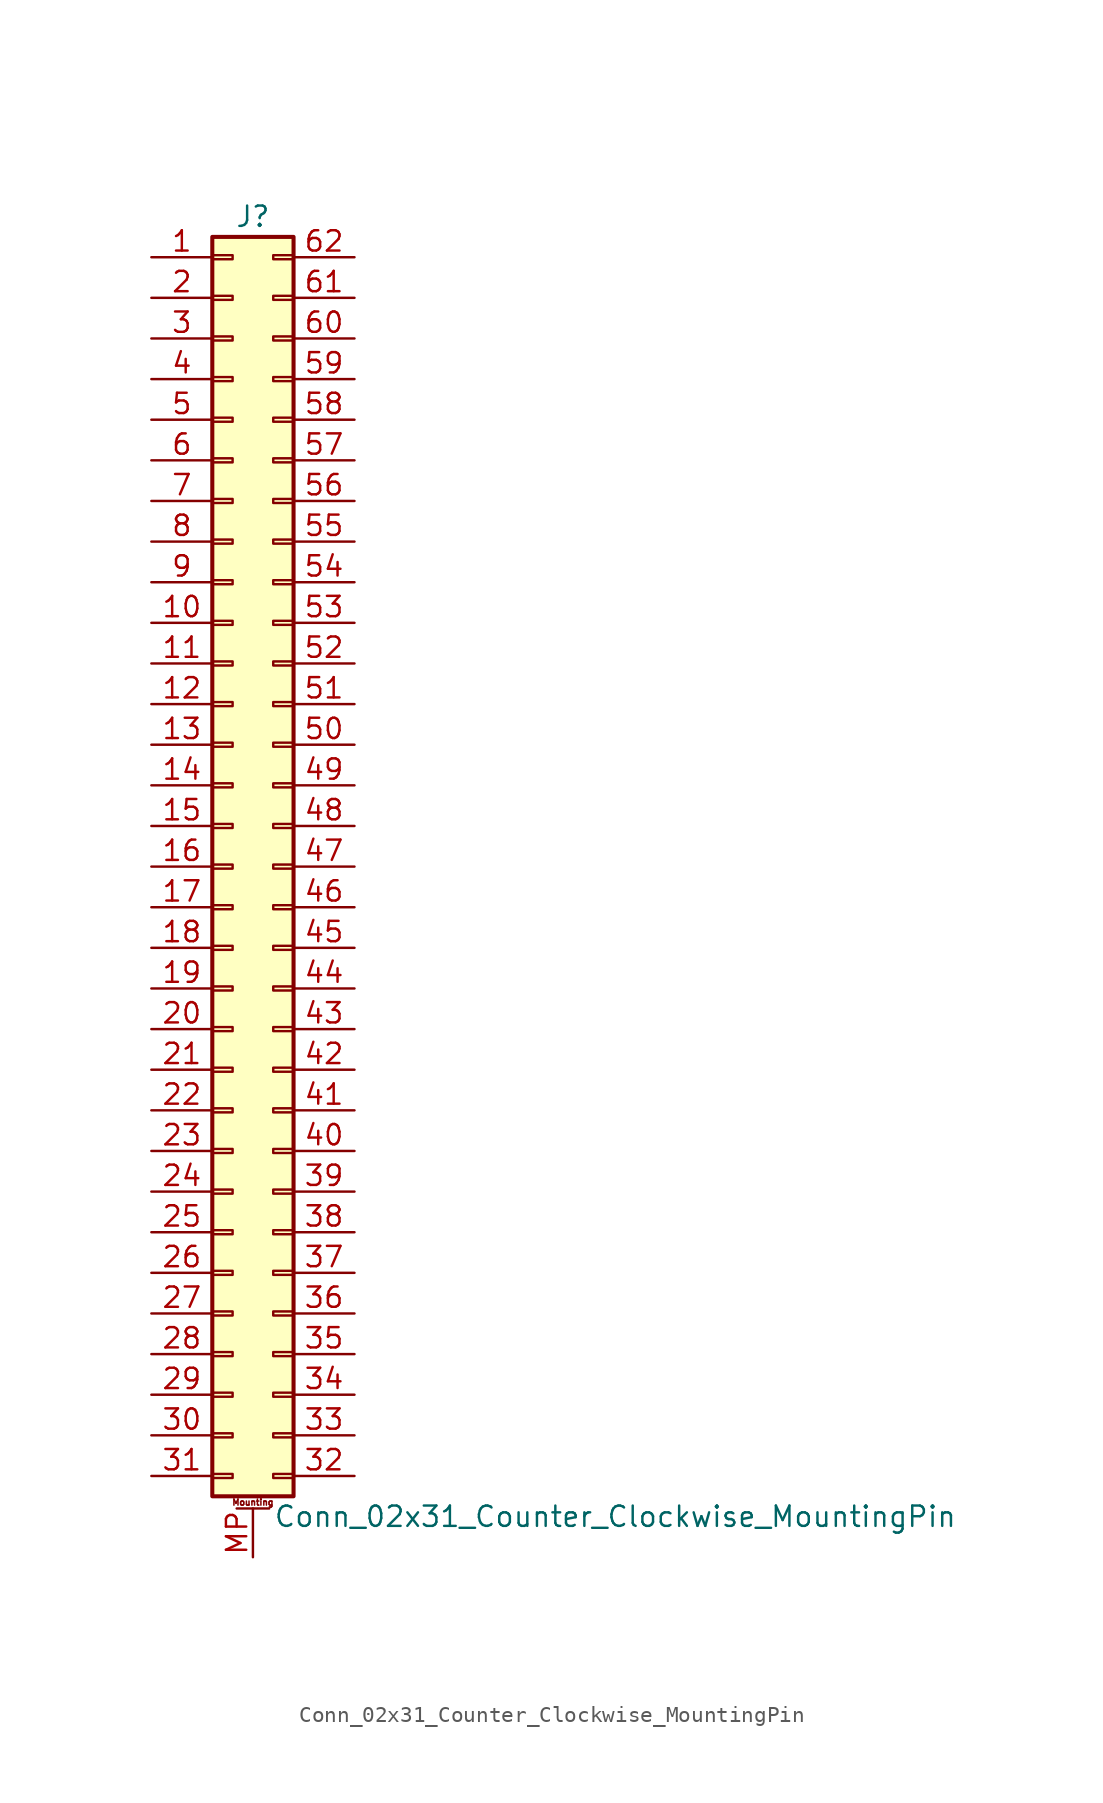
<source format=kicad_sym>
(kicad_symbol_lib
  (version 20201005)
  (generator kicad_symbol_editor)
  (symbol "Connector_Generic_MountingPin:Conn_02x31_Counter_Clockwise_MountingPin"
    (pin_names
      (offset 1.016) hide)
    (property "Reference" "J"
      (at 1.27 40.64 0)
      (effects (font (size 1.27 1.27))))
    (property "Value" "Conn_02x31_Counter_Clockwise_MountingPin"
      (at 2.54 -40.64 0)
      (effects (font (size 1.27 1.27)) (justify left)))
    (symbol "Conn_02x31_Counter_Clockwise_MountingPin_1_1"
      (text "Mounting" (at 1.27 -39.751 0) (effects (font (size 0.381 0.381))))
      (rectangle (start -1.27 -27.813) (end 0 -28.067) (stroke (width 0.152)) (fill (type none)))
      (rectangle (start -1.27 -30.353) (end 0 -30.607) (stroke (width 0.152)) (fill (type none)))
      (rectangle (start -1.27 -32.893) (end 0 -33.147) (stroke (width 0.152)) (fill (type none)))
      (rectangle (start -1.27 -35.433) (end 0 -35.687) (stroke (width 0.152)) (fill (type none)))
      (rectangle (start -1.27 -37.973) (end 0 -38.227) (stroke (width 0.152)) (fill (type none)))
      (rectangle (start -1.27 -4.953) (end 0 -5.207) (stroke (width 0.152)) (fill (type none)))
      (rectangle (start -1.27 -7.493) (end 0 -7.747) (stroke (width 0.152)) (fill (type none)))
      (rectangle (start -1.27 -10.033) (end 0 -10.287) (stroke (width 0.152)) (fill (type none)))
      (rectangle (start -1.27 -12.573) (end 0 -12.827) (stroke (width 0.152)) (fill (type none)))
      (rectangle (start -1.27 -15.113) (end 0 -15.367) (stroke (width 0.152)) (fill (type none)))
      (rectangle (start -1.27 -17.653) (end 0 -17.907) (stroke (width 0.152)) (fill (type none)))
      (rectangle (start -1.27 -20.193) (end 0 -20.447) (stroke (width 0.152)) (fill (type none)))
      (rectangle (start -1.27 -22.733) (end 0 -22.987) (stroke (width 0.152)) (fill (type none)))
      (rectangle (start -1.27 -2.413) (end 0 -2.667) (stroke (width 0.152)) (fill (type none)))
      (rectangle (start -1.27 -25.273) (end 0 -25.527) (stroke (width 0.152)) (fill (type none)))
      (rectangle (start -1.27 25.527) (end 0 25.273) (stroke (width 0.152)) (fill (type none)))
      (rectangle (start -1.27 2.667) (end 0 2.413) (stroke (width 0.152)) (fill (type none)))
      (rectangle (start -1.27 28.067) (end 0 27.813) (stroke (width 0.152)) (fill (type none)))
      (rectangle (start -1.27 30.607) (end 0 30.353) (stroke (width 0.152)) (fill (type none)))
      (rectangle (start -1.27 33.147) (end 0 32.893) (stroke (width 0.152)) (fill (type none)))
      (rectangle (start -1.27 35.687) (end 0 35.433) (stroke (width 0.152)) (fill (type none)))
      (rectangle (start -1.27 38.227) (end 0 37.973) (stroke (width 0.152)) (fill (type none)))
      (rectangle (start -1.27 39.37) (end 3.81 -39.37) (stroke (width 0.254)) (fill (type background)))
      (rectangle (start -1.27 5.207) (end 0 4.953) (stroke (width 0.152)) (fill (type none)))
      (rectangle (start -1.27 7.747) (end 0 7.493) (stroke (width 0.152)) (fill (type none)))
      (rectangle (start -1.27 10.287) (end 0 10.033) (stroke (width 0.152)) (fill (type none)))
      (rectangle (start -1.27 0.127) (end 0 -0.127) (stroke (width 0.152)) (fill (type none)))
      (rectangle (start -1.27 12.827) (end 0 12.573) (stroke (width 0.152)) (fill (type none)))
      (rectangle (start -1.27 15.367) (end 0 15.113) (stroke (width 0.152)) (fill (type none)))
      (rectangle (start -1.27 17.907) (end 0 17.653) (stroke (width 0.152)) (fill (type none)))
      (rectangle (start -1.27 20.447) (end 0 20.193) (stroke (width 0.152)) (fill (type none)))
      (rectangle (start -1.27 22.987) (end 0 22.733) (stroke (width 0.152)) (fill (type none)))
      (rectangle (start 3.81 -27.813) (end 2.54 -28.067) (stroke (width 0.152)) (fill (type none)))
      (rectangle (start 3.81 -30.353) (end 2.54 -30.607) (stroke (width 0.152)) (fill (type none)))
      (rectangle (start 3.81 -32.893) (end 2.54 -33.147) (stroke (width 0.152)) (fill (type none)))
      (rectangle (start 3.81 -35.433) (end 2.54 -35.687) (stroke (width 0.152)) (fill (type none)))
      (rectangle (start 3.81 -37.973) (end 2.54 -38.227) (stroke (width 0.152)) (fill (type none)))
      (rectangle (start 3.81 -4.953) (end 2.54 -5.207) (stroke (width 0.152)) (fill (type none)))
      (rectangle (start 3.81 -7.493) (end 2.54 -7.747) (stroke (width 0.152)) (fill (type none)))
      (rectangle (start 3.81 -10.033) (end 2.54 -10.287) (stroke (width 0.152)) (fill (type none)))
      (rectangle (start 3.81 -12.573) (end 2.54 -12.827) (stroke (width 0.152)) (fill (type none)))
      (rectangle (start 3.81 -15.113) (end 2.54 -15.367) (stroke (width 0.152)) (fill (type none)))
      (rectangle (start 3.81 -17.653) (end 2.54 -17.907) (stroke (width 0.152)) (fill (type none)))
      (rectangle (start 3.81 -20.193) (end 2.54 -20.447) (stroke (width 0.152)) (fill (type none)))
      (rectangle (start 3.81 -22.733) (end 2.54 -22.987) (stroke (width 0.152)) (fill (type none)))
      (rectangle (start 3.81 -2.413) (end 2.54 -2.667) (stroke (width 0.152)) (fill (type none)))
      (rectangle (start 3.81 -25.273) (end 2.54 -25.527) (stroke (width 0.152)) (fill (type none)))
      (rectangle (start 3.81 25.527) (end 2.54 25.273) (stroke (width 0.152)) (fill (type none)))
      (rectangle (start 3.81 2.667) (end 2.54 2.413) (stroke (width 0.152)) (fill (type none)))
      (rectangle (start 3.81 28.067) (end 2.54 27.813) (stroke (width 0.152)) (fill (type none)))
      (rectangle (start 3.81 30.607) (end 2.54 30.353) (stroke (width 0.152)) (fill (type none)))
      (rectangle (start 3.81 33.147) (end 2.54 32.893) (stroke (width 0.152)) (fill (type none)))
      (rectangle (start 3.81 35.687) (end 2.54 35.433) (stroke (width 0.152)) (fill (type none)))
      (rectangle (start 3.81 38.227) (end 2.54 37.973) (stroke (width 0.152)) (fill (type none)))
      (rectangle (start 3.81 5.207) (end 2.54 4.953) (stroke (width 0.152)) (fill (type none)))
      (rectangle (start 3.81 7.747) (end 2.54 7.493) (stroke (width 0.152)) (fill (type none)))
      (rectangle (start 3.81 10.287) (end 2.54 10.033) (stroke (width 0.152)) (fill (type none)))
      (rectangle (start 3.81 0.127) (end 2.54 -0.127) (stroke (width 0.152)) (fill (type none)))
      (rectangle (start 3.81 12.827) (end 2.54 12.573) (stroke (width 0.152)) (fill (type none)))
      (rectangle (start 3.81 15.367) (end 2.54 15.113) (stroke (width 0.152)) (fill (type none)))
      (rectangle (start 3.81 17.907) (end 2.54 17.653) (stroke (width 0.152)) (fill (type none)))
      (rectangle (start 3.81 20.447) (end 2.54 20.193) (stroke (width 0.152)) (fill (type none)))
      (rectangle (start 3.81 22.987) (end 2.54 22.733) (stroke (width 0.152)) (fill (type none)))
      (polyline (pts (xy 0.254 -40.132) (xy 2.286 -40.132)) (stroke (width 0.152)) (fill (type none)))
      (pin passive line (at 1.27 -43.18 90) (length 3.048) (name "MountPin" (effects (font (size 1.27 1.27)))) (number "MP" (effects (font (size 1.27 1.27)))))
      (pin passive line (at -5.08 38.1 0) (length 3.81) (name "Pin_1" (effects (font (size 1.27 1.27)))) (number "1" (effects (font (size 1.27 1.27)))))
      (pin passive line (at -5.08 15.24 0) (length 3.81) (name "Pin_10" (effects (font (size 1.27 1.27)))) (number "10" (effects (font (size 1.27 1.27)))))
      (pin passive line (at -5.08 12.7 0) (length 3.81) (name "Pin_11" (effects (font (size 1.27 1.27)))) (number "11" (effects (font (size 1.27 1.27)))))
      (pin passive line (at -5.08 10.16 0) (length 3.81) (name "Pin_12" (effects (font (size 1.27 1.27)))) (number "12" (effects (font (size 1.27 1.27)))))
      (pin passive line (at -5.08 7.62 0) (length 3.81) (name "Pin_13" (effects (font (size 1.27 1.27)))) (number "13" (effects (font (size 1.27 1.27)))))
      (pin passive line (at -5.08 5.08 0) (length 3.81) (name "Pin_14" (effects (font (size 1.27 1.27)))) (number "14" (effects (font (size 1.27 1.27)))))
      (pin passive line (at -5.08 2.54 0) (length 3.81) (name "Pin_15" (effects (font (size 1.27 1.27)))) (number "15" (effects (font (size 1.27 1.27)))))
      (pin passive line (at -5.08 0 0) (length 3.81) (name "Pin_16" (effects (font (size 1.27 1.27)))) (number "16" (effects (font (size 1.27 1.27)))))
      (pin passive line (at -5.08 -2.54 0) (length 3.81) (name "Pin_17" (effects (font (size 1.27 1.27)))) (number "17" (effects (font (size 1.27 1.27)))))
      (pin passive line (at -5.08 -5.08 0) (length 3.81) (name "Pin_18" (effects (font (size 1.27 1.27)))) (number "18" (effects (font (size 1.27 1.27)))))
      (pin passive line (at -5.08 -7.62 0) (length 3.81) (name "Pin_19" (effects (font (size 1.27 1.27)))) (number "19" (effects (font (size 1.27 1.27)))))
      (pin passive line (at -5.08 35.56 0) (length 3.81) (name "Pin_2" (effects (font (size 1.27 1.27)))) (number "2" (effects (font (size 1.27 1.27)))))
      (pin passive line (at -5.08 -10.16 0) (length 3.81) (name "Pin_20" (effects (font (size 1.27 1.27)))) (number "20" (effects (font (size 1.27 1.27)))))
      (pin passive line (at -5.08 -12.7 0) (length 3.81) (name "Pin_21" (effects (font (size 1.27 1.27)))) (number "21" (effects (font (size 1.27 1.27)))))
      (pin passive line (at -5.08 -15.24 0) (length 3.81) (name "Pin_22" (effects (font (size 1.27 1.27)))) (number "22" (effects (font (size 1.27 1.27)))))
      (pin passive line (at -5.08 -17.78 0) (length 3.81) (name "Pin_23" (effects (font (size 1.27 1.27)))) (number "23" (effects (font (size 1.27 1.27)))))
      (pin passive line (at -5.08 -20.32 0) (length 3.81) (name "Pin_24" (effects (font (size 1.27 1.27)))) (number "24" (effects (font (size 1.27 1.27)))))
      (pin passive line (at -5.08 -22.86 0) (length 3.81) (name "Pin_25" (effects (font (size 1.27 1.27)))) (number "25" (effects (font (size 1.27 1.27)))))
      (pin passive line (at -5.08 -25.4 0) (length 3.81) (name "Pin_26" (effects (font (size 1.27 1.27)))) (number "26" (effects (font (size 1.27 1.27)))))
      (pin passive line (at -5.08 -27.94 0) (length 3.81) (name "Pin_27" (effects (font (size 1.27 1.27)))) (number "27" (effects (font (size 1.27 1.27)))))
      (pin passive line (at -5.08 -30.48 0) (length 3.81) (name "Pin_28" (effects (font (size 1.27 1.27)))) (number "28" (effects (font (size 1.27 1.27)))))
      (pin passive line (at -5.08 -33.02 0) (length 3.81) (name "Pin_29" (effects (font (size 1.27 1.27)))) (number "29" (effects (font (size 1.27 1.27)))))
      (pin passive line (at -5.08 33.02 0) (length 3.81) (name "Pin_3" (effects (font (size 1.27 1.27)))) (number "3" (effects (font (size 1.27 1.27)))))
      (pin passive line (at -5.08 -35.56 0) (length 3.81) (name "Pin_30" (effects (font (size 1.27 1.27)))) (number "30" (effects (font (size 1.27 1.27)))))
      (pin passive line (at -5.08 -38.1 0) (length 3.81) (name "Pin_31" (effects (font (size 1.27 1.27)))) (number "31" (effects (font (size 1.27 1.27)))))
      (pin passive line (at 7.62 -38.1 180) (length 3.81) (name "Pin_32" (effects (font (size 1.27 1.27)))) (number "32" (effects (font (size 1.27 1.27)))))
      (pin passive line (at 7.62 -35.56 180) (length 3.81) (name "Pin_33" (effects (font (size 1.27 1.27)))) (number "33" (effects (font (size 1.27 1.27)))))
      (pin passive line (at 7.62 -33.02 180) (length 3.81) (name "Pin_34" (effects (font (size 1.27 1.27)))) (number "34" (effects (font (size 1.27 1.27)))))
      (pin passive line (at 7.62 -30.48 180) (length 3.81) (name "Pin_35" (effects (font (size 1.27 1.27)))) (number "35" (effects (font (size 1.27 1.27)))))
      (pin passive line (at 7.62 -27.94 180) (length 3.81) (name "Pin_36" (effects (font (size 1.27 1.27)))) (number "36" (effects (font (size 1.27 1.27)))))
      (pin passive line (at 7.62 -25.4 180) (length 3.81) (name "Pin_37" (effects (font (size 1.27 1.27)))) (number "37" (effects (font (size 1.27 1.27)))))
      (pin passive line (at 7.62 -22.86 180) (length 3.81) (name "Pin_38" (effects (font (size 1.27 1.27)))) (number "38" (effects (font (size 1.27 1.27)))))
      (pin passive line (at 7.62 -20.32 180) (length 3.81) (name "Pin_39" (effects (font (size 1.27 1.27)))) (number "39" (effects (font (size 1.27 1.27)))))
      (pin passive line (at -5.08 30.48 0) (length 3.81) (name "Pin_4" (effects (font (size 1.27 1.27)))) (number "4" (effects (font (size 1.27 1.27)))))
      (pin passive line (at 7.62 -17.78 180) (length 3.81) (name "Pin_40" (effects (font (size 1.27 1.27)))) (number "40" (effects (font (size 1.27 1.27)))))
      (pin passive line (at 7.62 -15.24 180) (length 3.81) (name "Pin_41" (effects (font (size 1.27 1.27)))) (number "41" (effects (font (size 1.27 1.27)))))
      (pin passive line (at 7.62 -12.7 180) (length 3.81) (name "Pin_42" (effects (font (size 1.27 1.27)))) (number "42" (effects (font (size 1.27 1.27)))))
      (pin passive line (at 7.62 -10.16 180) (length 3.81) (name "Pin_43" (effects (font (size 1.27 1.27)))) (number "43" (effects (font (size 1.27 1.27)))))
      (pin passive line (at 7.62 -7.62 180) (length 3.81) (name "Pin_44" (effects (font (size 1.27 1.27)))) (number "44" (effects (font (size 1.27 1.27)))))
      (pin passive line (at 7.62 -5.08 180) (length 3.81) (name "Pin_45" (effects (font (size 1.27 1.27)))) (number "45" (effects (font (size 1.27 1.27)))))
      (pin passive line (at 7.62 -2.54 180) (length 3.81) (name "Pin_46" (effects (font (size 1.27 1.27)))) (number "46" (effects (font (size 1.27 1.27)))))
      (pin passive line (at 7.62 0 180) (length 3.81) (name "Pin_47" (effects (font (size 1.27 1.27)))) (number "47" (effects (font (size 1.27 1.27)))))
      (pin passive line (at 7.62 2.54 180) (length 3.81) (name "Pin_48" (effects (font (size 1.27 1.27)))) (number "48" (effects (font (size 1.27 1.27)))))
      (pin passive line (at 7.62 5.08 180) (length 3.81) (name "Pin_49" (effects (font (size 1.27 1.27)))) (number "49" (effects (font (size 1.27 1.27)))))
      (pin passive line (at -5.08 27.94 0) (length 3.81) (name "Pin_5" (effects (font (size 1.27 1.27)))) (number "5" (effects (font (size 1.27 1.27)))))
      (pin passive line (at 7.62 7.62 180) (length 3.81) (name "Pin_50" (effects (font (size 1.27 1.27)))) (number "50" (effects (font (size 1.27 1.27)))))
      (pin passive line (at 7.62 10.16 180) (length 3.81) (name "Pin_51" (effects (font (size 1.27 1.27)))) (number "51" (effects (font (size 1.27 1.27)))))
      (pin passive line (at 7.62 12.7 180) (length 3.81) (name "Pin_52" (effects (font (size 1.27 1.27)))) (number "52" (effects (font (size 1.27 1.27)))))
      (pin passive line (at 7.62 15.24 180) (length 3.81) (name "Pin_53" (effects (font (size 1.27 1.27)))) (number "53" (effects (font (size 1.27 1.27)))))
      (pin passive line (at 7.62 17.78 180) (length 3.81) (name "Pin_54" (effects (font (size 1.27 1.27)))) (number "54" (effects (font (size 1.27 1.27)))))
      (pin passive line (at 7.62 20.32 180) (length 3.81) (name "Pin_55" (effects (font (size 1.27 1.27)))) (number "55" (effects (font (size 1.27 1.27)))))
      (pin passive line (at 7.62 22.86 180) (length 3.81) (name "Pin_56" (effects (font (size 1.27 1.27)))) (number "56" (effects (font (size 1.27 1.27)))))
      (pin passive line (at 7.62 25.4 180) (length 3.81) (name "Pin_57" (effects (font (size 1.27 1.27)))) (number "57" (effects (font (size 1.27 1.27)))))
      (pin passive line (at 7.62 27.94 180) (length 3.81) (name "Pin_58" (effects (font (size 1.27 1.27)))) (number "58" (effects (font (size 1.27 1.27)))))
      (pin passive line (at 7.62 30.48 180) (length 3.81) (name "Pin_59" (effects (font (size 1.27 1.27)))) (number "59" (effects (font (size 1.27 1.27)))))
      (pin passive line (at -5.08 25.4 0) (length 3.81) (name "Pin_6" (effects (font (size 1.27 1.27)))) (number "6" (effects (font (size 1.27 1.27)))))
      (pin passive line (at 7.62 33.02 180) (length 3.81) (name "Pin_60" (effects (font (size 1.27 1.27)))) (number "60" (effects (font (size 1.27 1.27)))))
      (pin passive line (at 7.62 35.56 180) (length 3.81) (name "Pin_61" (effects (font (size 1.27 1.27)))) (number "61" (effects (font (size 1.27 1.27)))))
      (pin passive line (at 7.62 38.1 180) (length 3.81) (name "Pin_62" (effects (font (size 1.27 1.27)))) (number "62" (effects (font (size 1.27 1.27)))))
      (pin passive line (at -5.08 22.86 0) (length 3.81) (name "Pin_7" (effects (font (size 1.27 1.27)))) (number "7" (effects (font (size 1.27 1.27)))))
      (pin passive line (at -5.08 20.32 0) (length 3.81) (name "Pin_8" (effects (font (size 1.27 1.27)))) (number "8" (effects (font (size 1.27 1.27)))))
      (pin passive line (at -5.08 17.78 0) (length 3.81) (name "Pin_9" (effects (font (size 1.27 1.27)))) (number "9" (effects (font (size 1.27 1.27))))))))
</source>
